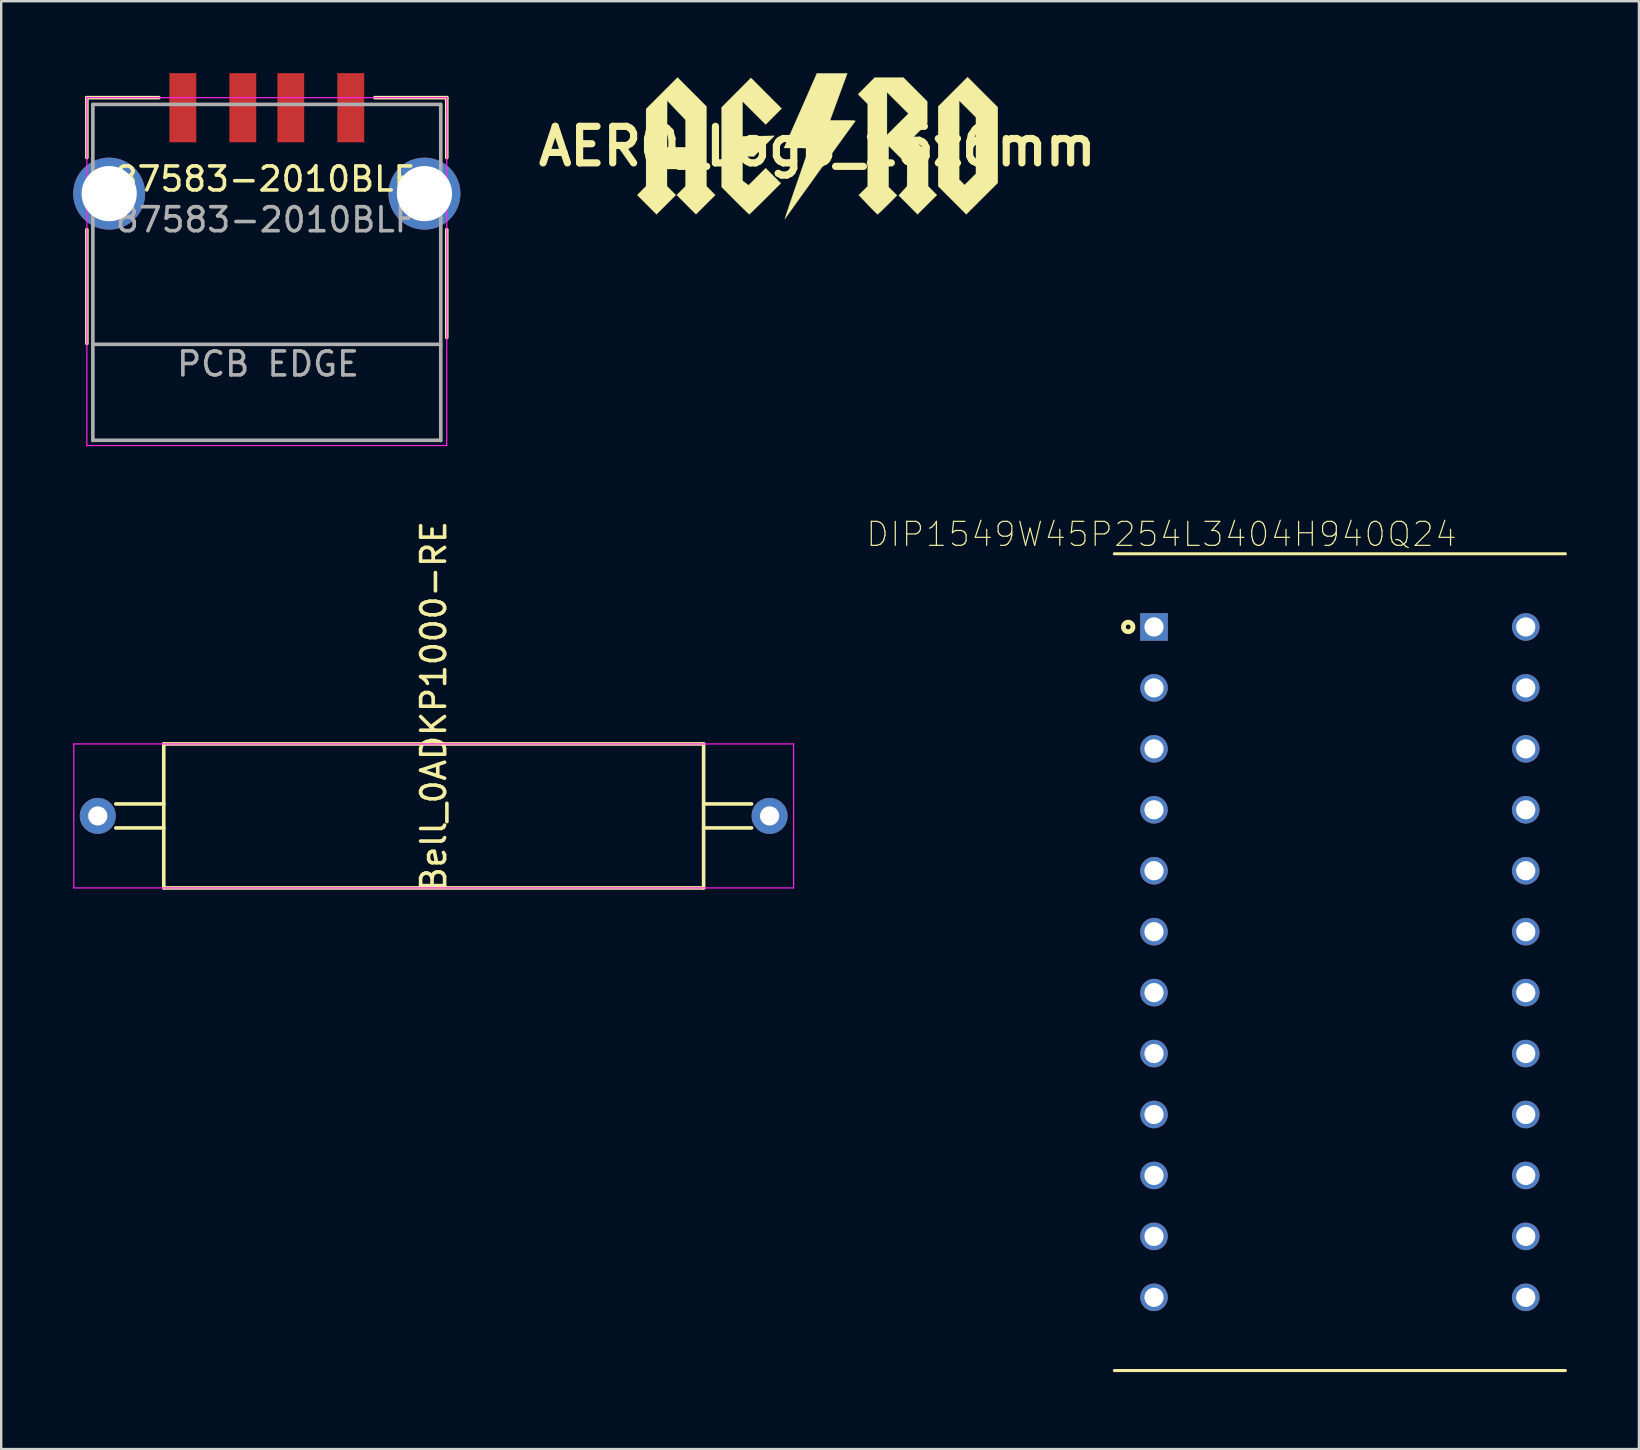
<source format=kicad_pcb>
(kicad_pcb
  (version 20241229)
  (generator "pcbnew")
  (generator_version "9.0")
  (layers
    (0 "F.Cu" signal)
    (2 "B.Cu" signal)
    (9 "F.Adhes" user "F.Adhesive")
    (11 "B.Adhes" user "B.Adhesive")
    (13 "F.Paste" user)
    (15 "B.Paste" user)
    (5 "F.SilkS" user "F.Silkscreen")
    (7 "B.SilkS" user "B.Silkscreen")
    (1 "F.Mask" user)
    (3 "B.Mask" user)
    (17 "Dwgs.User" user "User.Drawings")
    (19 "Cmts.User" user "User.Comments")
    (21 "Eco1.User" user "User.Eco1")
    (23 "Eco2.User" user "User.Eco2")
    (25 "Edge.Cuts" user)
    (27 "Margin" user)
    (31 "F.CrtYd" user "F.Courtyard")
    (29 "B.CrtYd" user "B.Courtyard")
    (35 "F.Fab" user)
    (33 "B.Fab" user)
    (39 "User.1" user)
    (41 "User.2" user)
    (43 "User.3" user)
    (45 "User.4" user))
  (footprint "DIP1549W45P254L3404H940Q24"
    (layer "F.Cu")
    (at 52.793 37.05)
    (property "Reference" "DIP1549W45P254L3404H940Q24" (at -7.435 -17.832 0) (layer "F.SilkS") (effects (font (size 1 1) (thickness 0.05))))
    (attr through_hole)
    (fp_line (start -9.4 -17.02) (end 9.4 -17.02) (stroke (width 0.127) (type solid)) (layer "F.SilkS"))
    (fp_line (start -9.4 17.02) (end 9.4 17.02) (stroke (width 0.127) (type solid)) (layer "F.SilkS"))
    (fp_circle (center -8.822 -13.97) (end -8.723 -13.97) (stroke (width 0.2) (type solid)) (fill no) (layer "F.SilkS"))
    (fp_line (start -8.572 -17.27) (end -8.572 17.27) (stroke (width 0.05) (type solid)) (layer "Eco1.User"))
    (fp_line (start 8.572 -17.27) (end -8.572 -17.27) (stroke (width 0.05) (type solid)) (layer "Eco1.User"))
    (fp_line (start 8.572 -17.27) (end 8.572 17.27) (stroke (width 0.05) (type solid)) (layer "Eco1.User"))
    (fp_line (start 8.572 17.27) (end -8.572 17.27) (stroke (width 0.05) (type solid)) (layer "Eco1.User"))
    (fp_line (start -9.4 -17.02) (end -9.4 17.02) (stroke (width 0.127) (type solid)) (layer "Eco2.User"))
    (fp_line (start -9.4 -17.02) (end 9.4 -17.02) (stroke (width 0.127) (type solid)) (layer "Eco2.User"))
    (fp_line (start -9.4 17.02) (end 9.4 17.02) (stroke (width 0.127) (type solid)) (layer "Eco2.User"))
    (fp_line (start 9.4 -17.02) (end 9.4 17.02) (stroke (width 0.127) (type solid)) (layer "Eco2.User"))
    (fp_circle (center -8.822 -13.97) (end -8.723 -13.97) (stroke (width 0.2) (type solid)) (fill no) (layer "Eco2.User"))
    (pad "1" thru_hole rect (at -7.747 -13.97) (size 1.15 1.15) (drill 0.8) (layers "*.Cu" "*.Mask"))
    (pad "2" thru_hole circle (at -7.747 -11.43) (size 1.15 1.15) (drill 0.8) (layers "*.Cu" "*.Mask"))
    (pad "3" thru_hole circle (at -7.747 -8.89) (size 1.15 1.15) (drill 0.8) (layers "*.Cu" "*.Mask"))
    (pad "4" thru_hole circle (at -7.747 -6.35) (size 1.15 1.15) (drill 0.8) (layers "*.Cu" "*.Mask"))
    (pad "5" thru_hole circle (at -7.747 -3.81) (size 1.15 1.15) (drill 0.8) (layers "*.Cu" "*.Mask"))
    (pad "6" thru_hole circle (at -7.747 -1.27) (size 1.15 1.15) (drill 0.8) (layers "*.Cu" "*.Mask"))
    (pad "7" thru_hole circle (at -7.747 1.27) (size 1.15 1.15) (drill 0.8) (layers "*.Cu" "*.Mask"))
    (pad "8" thru_hole circle (at -7.747 3.81) (size 1.15 1.15) (drill 0.8) (layers "*.Cu" "*.Mask"))
    (pad "9" thru_hole circle (at -7.747 6.35) (size 1.15 1.15) (drill 0.8) (layers "*.Cu" "*.Mask"))
    (pad "10" thru_hole circle (at -7.747 8.89) (size 1.15 1.15) (drill 0.8) (layers "*.Cu" "*.Mask"))
    (pad "11" thru_hole circle (at -7.747 11.43) (size 1.15 1.15) (drill 0.8) (layers "*.Cu" "*.Mask"))
    (pad "12" thru_hole circle (at -7.747 13.97) (size 1.15 1.15) (drill 0.8) (layers "*.Cu" "*.Mask"))
    (pad "13" thru_hole circle (at 7.747 13.97) (size 1.15 1.15) (drill 0.8) (layers "*.Cu" "*.Mask"))
    (pad "14" thru_hole circle (at 7.747 11.43) (size 1.15 1.15) (drill 0.8) (layers "*.Cu" "*.Mask"))
    (pad "15" thru_hole circle (at 7.747 8.89) (size 1.15 1.15) (drill 0.8) (layers "*.Cu" "*.Mask"))
    (pad "16" thru_hole circle (at 7.747 6.35) (size 1.15 1.15) (drill 0.8) (layers "*.Cu" "*.Mask"))
    (pad "17" thru_hole circle (at 7.747 3.81) (size 1.15 1.15) (drill 0.8) (layers "*.Cu" "*.Mask"))
    (pad "18" thru_hole circle (at 7.747 1.27) (size 1.15 1.15) (drill 0.8) (layers "*.Cu" "*.Mask"))
    (pad "19" thru_hole circle (at 7.747 -1.27) (size 1.15 1.15) (drill 0.8) (layers "*.Cu" "*.Mask"))
    (pad "20" thru_hole circle (at 7.747 -3.81) (size 1.15 1.15) (drill 0.8) (layers "*.Cu" "*.Mask"))
    (pad "21" thru_hole circle (at 7.747 -6.35) (size 1.15 1.15) (drill 0.8) (layers "*.Cu" "*.Mask"))
    (pad "22" thru_hole circle (at 7.747 -8.89) (size 1.15 1.15) (drill 0.8) (layers "*.Cu" "*.Mask"))
    (pad "23" thru_hole circle (at 7.747 -11.43) (size 1.15 1.15) (drill 0.8) (layers "*.Cu" "*.Mask"))
    (pad "24" thru_hole circle (at 7.747 -13.97) (size 1.15 1.15) (drill 0.8) (layers "*.Cu" "*.Mask")))
  (footprint "Bell_0ADKP1000-RE"
    (layer "F.Cu")
    (at 15.025 30.956)
    (property "Reference" "Bell_0ADKP1000-RE" (at 0 -4.572 90) (layer "F.SilkS") (effects (font (size 1 1) (thickness 0.15))))
    (attr through_hole)
    (fp_line (start -13.25 0.5) (end -11.25 0.5) (stroke (width 0.15) (type solid)) (layer "F.SilkS"))
    (fp_line (start -11.25 -3) (end 11.25 -3) (stroke (width 0.15) (type solid)) (layer "F.SilkS"))
    (fp_line (start -11.25 -0.5) (end -13.25 -0.5) (stroke (width 0.15) (type solid)) (layer "F.SilkS"))
    (fp_line (start -11.25 3) (end -11.25 -3) (stroke (width 0.15) (type solid)) (layer "F.SilkS"))
    (fp_line (start 11.25 -3) (end 11.25 3) (stroke (width 0.15) (type solid)) (layer "F.SilkS"))
    (fp_line (start 11.25 -0.5) (end 13.25 -0.5) (stroke (width 0.15) (type solid)) (layer "F.SilkS"))
    (fp_line (start 11.25 0.5) (end 13.25 0.5) (stroke (width 0.15) (type solid)) (layer "F.SilkS"))
    (fp_line (start 11.25 3) (end -11.25 3) (stroke (width 0.15) (type solid)) (layer "F.SilkS"))
    (fp_line (start -15 -3) (end 15 -3) (stroke (width 0.05) (type solid)) (layer "F.CrtYd"))
    (fp_line (start -15 3) (end -15 -3) (stroke (width 0.05) (type solid)) (layer "F.CrtYd"))
    (fp_line (start 15 -3) (end 15 3) (stroke (width 0.05) (type solid)) (layer "F.CrtYd"))
    (fp_line (start 15 3) (end -15 3) (stroke (width 0.05) (type solid)) (layer "F.CrtYd"))
    (pad "1" thru_hole circle (at -14 0) (size 1.5 1.5) (drill 0.8) (layers "*.Cu" "*.Mask"))
    (pad "2" thru_hole circle (at 14 0) (size 1.5 1.5) (drill 0.8) (layers "*.Cu" "*.Mask")))
  (footprint "87583-2010BLF"
    (layer "F.Cu")
    (at 8.07 5.02)
    (property "Reference" "87583-2010BLF" (at -0.1 -0.61 0) (layer "F.SilkS") (effects (font (size 1 1) (thickness 0.15))))
    (attr through_hole)
    (fp_line (start -7.5 -4) (end -4.5 -4) (stroke (width 0.15) (type solid)) (layer "F.SilkS"))
    (fp_line (start -7.5 -1.5) (end -7.5 -4) (stroke (width 0.15) (type solid)) (layer "F.SilkS"))
    (fp_line (start -7.5 6.25) (end -7.5 1.5) (stroke (width 0.15) (type solid)) (layer "F.SilkS"))
    (fp_line (start 4.5 -4) (end 7.5 -4) (stroke (width 0.15) (type solid)) (layer "F.SilkS"))
    (fp_line (start 7.5 -4) (end 7.5 -1.5) (stroke (width 0.15) (type solid)) (layer "F.SilkS"))
    (fp_line (start 7.5 1.5) (end 7.5 6) (stroke (width 0.15) (type solid)) (layer "F.SilkS"))
    (fp_line (start -7.5 10.5) (end -7.5 -4) (stroke (width 0.05) (type solid)) (layer "F.CrtYd"))
    (fp_line (start -7.5 10.5) (end 7.5 10.5) (stroke (width 0.05) (type solid)) (layer "F.CrtYd"))
    (fp_line (start 7.5 -4) (end -7.5 -4) (stroke (width 0.05) (type solid)) (layer "F.CrtYd"))
    (fp_line (start 7.5 10.5) (end 7.5 -4) (stroke (width 0.05) (type solid)) (layer "F.CrtYd"))
    (fp_line (start -7.25 -3.72) (end 7.25 -3.72) (stroke (width 0.15) (type solid)) (layer "F.Fab"))
    (fp_line (start -7.25 6.28) (end 7.25 6.28) (stroke (width 0.15) (type solid)) (layer "F.Fab"))
    (fp_line (start -7.25 10.29) (end -7.25 -3.71) (stroke (width 0.15) (type solid)) (layer "F.Fab"))
    (fp_line (start 7.25 -3.71) (end 7.25 10.29) (stroke (width 0.15) (type solid)) (layer "F.Fab"))
    (fp_line (start 7.25 10.28) (end -7.25 10.28) (stroke (width 0.15) (type solid)) (layer "F.Fab"))
    (fp_text user "${REFERENCE}" (at -0.05 1.09 0) (layer "F.Fab") (effects (font (size 1 1) (thickness 0.15))))
    (fp_text user "PCB EDGE" (at 0.05 7.1 0) (layer "F.Fab") (effects (font (size 1 1) (thickness 0.15))))
    (pad "1" smd rect (at -3.5 -3.58) (size 1.12 2.88) (layers "F.Cu" "F.Mask" "F.Paste"))
    (pad "2" smd rect (at -1 -3.58) (size 1.12 2.88) (layers "F.Cu" "F.Mask" "F.Paste"))
    (pad "3" smd rect (at 1 -3.58) (size 1.12 2.88) (layers "F.Cu" "F.Mask" "F.Paste"))
    (pad "4" smd rect (at 3.5 -3.58) (size 1.12 2.88) (layers "F.Cu" "F.Mask" "F.Paste"))
    (pad "5" thru_hole circle (at -6.57 0) (size 3 3) (drill 2.3) (layers "*.Cu" "*.Mask"))
    (pad "6" thru_hole circle (at 6.57 0) (size 3 3) (drill 2.3) (layers "*.Cu" "*.Mask")))
  (footprint "AERO_Logo_15x6mm"
    (layer "F.Cu")
    (at 31.013 3.049)
    (property "Reference" "AERO_Logo_15x6mm" (at 0 0 0) (layer "F.SilkS") (effects (font (size 1.524 1.524) (thickness 0.3))))
    (attr through_hole)
    (fp_poly (pts (xy 6.892 -2.257) (xy 7.522 -1.628) (xy 7.522 1.523) (xy 6.209 2.834) (xy 5.038 1.661) (xy 5.038 1.379) (xy 5.913 1.379) (xy 6.025 1.495) (xy 6.137 1.61) (xy 6.375 1.375) (xy 6.612 1.139) (xy 6.612 -1.208) (xy 6.263 -1.557) (xy 5.913 -1.905) (xy 5.913 1.379) (xy 5.038 1.379) (xy 5.038 -1.663) (xy 5.65 -2.274) (xy 6.263 -2.886) (xy 6.892 -2.257)) (stroke (width 0.01) (type solid)) (fill yes) (layer "F.SilkS"))
    (fp_poly (pts (xy -5.221 -2.265) (xy -4.618 -1.661) (xy -4.618 1.66) (xy -4.435 1.845) (xy -4.252 2.03) (xy -4.654 2.432) (xy -5.056 2.834) (xy -5.457 2.432) (xy -5.858 2.03) (xy -5.493 1.66) (xy -5.493 0.945) (xy -6.263 0.945) (xy -6.263 1.66) (xy -6.08 1.845) (xy -5.897 2.03) (xy -6.701 2.834) (xy -7.503 2.03) (xy -7.32 1.845) (xy -7.137 1.66) (xy -7.137 0.035) (xy -6.263 0.035) (xy -5.493 0.035) (xy -5.493 -1.104) (xy -5.876 -1.505) (xy -6.259 -1.907) (xy -6.261 -0.936) (xy -6.263 0.035) (xy -7.137 0.035) (xy -7.137 -1.558) (xy -6.481 -2.213) (xy -5.824 -2.869) (xy -5.221 -2.265)) (stroke (width 0.01) (type solid)) (fill yes) (layer "F.SilkS"))
    (fp_poly (pts (xy -2.127 -2.214) (xy -1.488 -1.575) (xy -1.819 -1.242) (xy -2.151 -0.909) (xy -2.632 -1.39) (xy -3.114 -1.871) (xy -3.114 -0.417) (xy -2.449 -0.427) (xy -1.785 -0.437) (xy -2.213 -0.009) (xy -2.64 0.42) (xy -3.114 0.42) (xy -3.114 1.431) (xy -2.989 1.526) (xy -2.864 1.621) (xy -2.508 1.266) (xy -2.151 0.91) (xy -1.835 1.226) (xy -1.52 1.541) (xy -2.169 2.188) (xy -2.344 2.361) (xy -2.502 2.516) (xy -2.637 2.648) (xy -2.742 2.749) (xy -2.81 2.813) (xy -2.835 2.834) (xy -2.864 2.81) (xy -2.934 2.744) (xy -3.04 2.642) (xy -3.173 2.511) (xy -3.327 2.358) (xy -3.42 2.265) (xy -3.988 1.696) (xy -3.988 -1.624) (xy -3.377 -2.239) (xy -2.766 -2.854) (xy -2.127 -2.214)) (stroke (width 0.01) (type solid)) (fill yes) (layer "F.SilkS"))
    (fp_poly (pts (xy 4.085 -2.37) (xy 4.583 -1.871) (xy 4.583 -0.964) (xy 3.972 -0.35) (xy 4.295 -0.026) (xy 4.618 0.299) (xy 4.618 1.66) (xy 4.801 1.845) (xy 4.984 2.03) (xy 4.18 2.834) (xy 3.395 2.047) (xy 3.568 1.854) (xy 3.74 1.662) (xy 3.742 1.206) (xy 3.744 0.751) (xy 3.359 0.367) (xy 2.974 -0.016) (xy 2.974 1.699) (xy 3.149 1.872) (xy 3.324 2.045) (xy 2.931 2.439) (xy 2.796 2.573) (xy 2.678 2.688) (xy 2.586 2.774) (xy 2.529 2.825) (xy 2.515 2.834) (xy 2.484 2.81) (xy 2.414 2.744) (xy 2.314 2.643) (xy 2.191 2.518) (xy 2.11 2.433) (xy 1.727 2.032) (xy 1.913 1.848) (xy 2.099 1.664) (xy 2.099 -0.473) (xy 2.904 -0.473) (xy 3.35 -0.919) (xy 3.796 -1.364) (xy 2.904 -2.256) (xy 2.904 -0.473) (xy 2.099 -0.473) (xy 2.099 -1.765) (xy 1.899 -1.967) (xy 1.699 -2.17) (xy 2.047 -2.519) (xy 2.395 -2.869) (xy 3.587 -2.869) (xy 4.085 -2.37)) (stroke (width 0.01) (type solid)) (fill yes) (layer "F.SilkS"))
    (fp_poly (pts (xy 0.892 -2.064) (xy 0.533 -1.085) (xy 1.077 -1.085) (xy 1.282 -1.084) (xy 1.426 -1.082) (xy 1.518 -1.077) (xy 1.568 -1.069) (xy 1.584 -1.055) (xy 1.576 -1.035) (xy 1.566 -1.023) (xy 1.538 -0.987) (xy 1.473 -0.898) (xy 1.376 -0.765) (xy 1.25 -0.591) (xy 1.099 -0.383) (xy 0.928 -0.146) (xy 0.741 0.113) (xy 0.541 0.391) (xy 0.332 0.68) (xy 0.12 0.975) (xy -0.093 1.271) (xy -0.302 1.562) (xy -0.503 1.842) (xy -0.693 2.106) (xy -0.866 2.348) (xy -1.019 2.562) (xy -1.148 2.743) (xy -1.25 2.886) (xy -1.319 2.983) (xy -1.352 3.031) (xy -1.352 3.032) (xy -1.349 3.014) (xy -1.326 2.935) (xy -1.283 2.803) (xy -1.223 2.623) (xy -1.149 2.402) (xy -1.062 2.146) (xy -0.964 1.861) (xy -0.871 1.592) (xy -0.764 1.284) (xy -0.665 0.996) (xy -0.575 0.736) (xy -0.497 0.51) (xy -0.433 0.325) (xy -0.386 0.187) (xy -0.358 0.103) (xy -0.35 0.079) (xy -0.383 0.076) (xy -0.474 0.073) (xy -0.61 0.071) (xy -0.78 0.07) (xy -0.87 0.07) (xy -1.39 0.07) (xy -0.999 -0.813) (xy -0.875 -1.093) (xy -0.742 -1.395) (xy -0.607 -1.701) (xy -0.479 -1.992) (xy -0.367 -2.248) (xy -0.313 -2.37) (xy -0.018 -3.044) (xy 1.251 -3.044) (xy 0.892 -2.064)) (stroke (width 0.01) (type solid)) (fill yes) (layer "F.SilkS")))
  (gr_rect
    (start -3 -3)
    (end 65.257 57.345)
    (stroke (width 0.1) (type default))
    (fill no)
    (layer "Edge.Cuts")))
</source>
